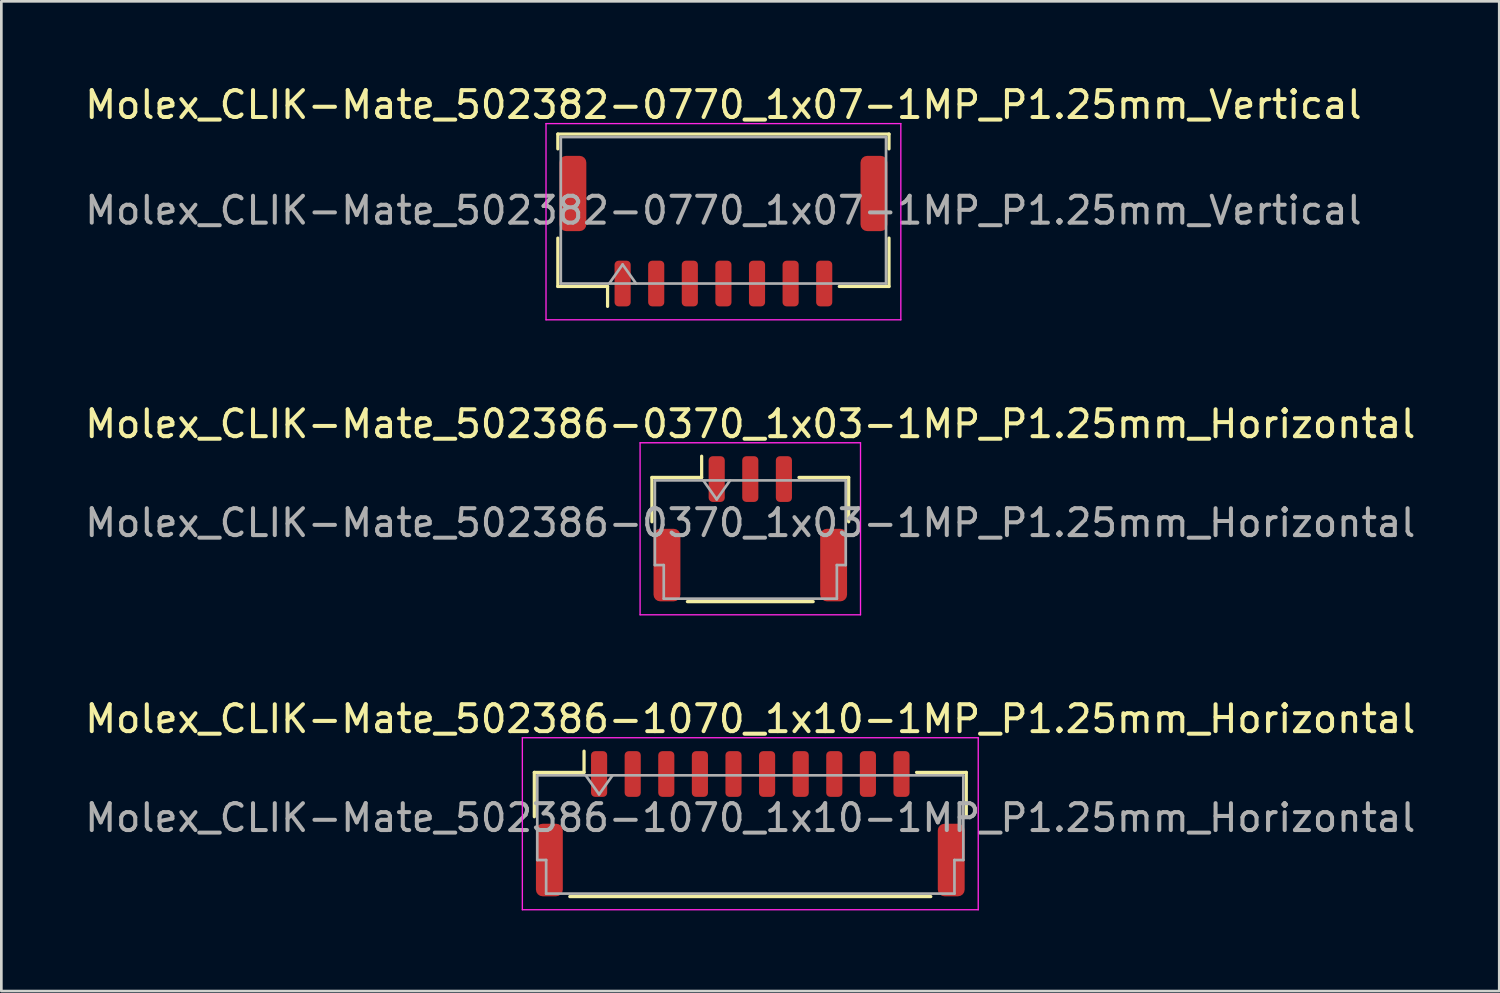
<source format=kicad_pcb>
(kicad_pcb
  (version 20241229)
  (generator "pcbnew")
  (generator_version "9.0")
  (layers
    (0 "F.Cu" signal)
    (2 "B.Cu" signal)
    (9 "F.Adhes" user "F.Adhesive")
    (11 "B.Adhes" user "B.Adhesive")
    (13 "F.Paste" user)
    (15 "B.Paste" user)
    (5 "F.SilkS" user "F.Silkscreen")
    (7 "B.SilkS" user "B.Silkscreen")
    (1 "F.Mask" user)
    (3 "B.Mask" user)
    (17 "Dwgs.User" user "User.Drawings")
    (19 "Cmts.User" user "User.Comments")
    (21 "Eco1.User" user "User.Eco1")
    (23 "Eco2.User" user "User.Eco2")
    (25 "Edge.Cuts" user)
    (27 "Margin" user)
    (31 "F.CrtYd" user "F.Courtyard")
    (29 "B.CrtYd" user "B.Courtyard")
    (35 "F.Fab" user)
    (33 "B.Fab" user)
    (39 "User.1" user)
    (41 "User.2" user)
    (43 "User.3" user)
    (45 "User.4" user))
  (footprint "Molex_CLIK-Mate_502382-0770_1x07-1MP_P1.25mm_Vertical"
    (layer "F.Cu")
    (at 23.863 5.548)
    (property "Reference" "Molex_CLIK-Mate_502382-0770_1x07-1MP_P1.25mm_Vertical" (at 0 -4.7 0) (layer "F.SilkS") (effects (font (size 1 1) (thickness 0.15))))
    (attr smd)
    (fp_line (start -6.16 -3.61) (end 6.16 -3.61) (stroke (width 0.12) (type solid)) (layer "F.SilkS"))
    (fp_line (start -6.16 -3.06) (end -6.16 -3.61) (stroke (width 0.12) (type solid)) (layer "F.SilkS"))
    (fp_line (start -6.16 0.26) (end -6.16 2.06) (stroke (width 0.12) (type solid)) (layer "F.SilkS"))
    (fp_line (start -6.16 2.06) (end -4.31 2.06) (stroke (width 0.12) (type solid)) (layer "F.SilkS"))
    (fp_line (start -4.31 2.06) (end -4.31 2.8) (stroke (width 0.12) (type solid)) (layer "F.SilkS"))
    (fp_line (start 6.16 -3.61) (end 6.16 -3.06) (stroke (width 0.12) (type solid)) (layer "F.SilkS"))
    (fp_line (start 6.16 0.26) (end 6.16 2.06) (stroke (width 0.12) (type solid)) (layer "F.SilkS"))
    (fp_line (start 6.16 2.06) (end 4.31 2.06) (stroke (width 0.12) (type solid)) (layer "F.SilkS"))
    (fp_line (start -6.6 -4) (end -6.6 3.3) (stroke (width 0.05) (type solid)) (layer "F.CrtYd"))
    (fp_line (start -6.6 3.3) (end 6.6 3.3) (stroke (width 0.05) (type solid)) (layer "F.CrtYd"))
    (fp_line (start 6.6 -4) (end -6.6 -4) (stroke (width 0.05) (type solid)) (layer "F.CrtYd"))
    (fp_line (start 6.6 3.3) (end 6.6 -4) (stroke (width 0.05) (type solid)) (layer "F.CrtYd"))
    (fp_line (start -6.05 -3.5) (end 6.05 -3.5) (stroke (width 0.1) (type solid)) (layer "F.Fab"))
    (fp_line (start -6.05 1.95) (end -6.05 -3.5) (stroke (width 0.1) (type solid)) (layer "F.Fab"))
    (fp_line (start -6.05 1.95) (end 6.05 1.95) (stroke (width 0.1) (type solid)) (layer "F.Fab"))
    (fp_line (start -4.25 1.95) (end -3.75 1.243) (stroke (width 0.1) (type solid)) (layer "F.Fab"))
    (fp_line (start -3.75 1.243) (end -3.25 1.95) (stroke (width 0.1) (type solid)) (layer "F.Fab"))
    (fp_line (start 6.05 1.95) (end 6.05 -3.5) (stroke (width 0.1) (type solid)) (layer "F.Fab"))
    (fp_text user "${REFERENCE}" (at 0 -0.77 0) (layer "F.Fab") (effects (font (size 1 1) (thickness 0.15))))
    (pad "1" smd roundrect (at -3.75 1.95) (size 0.6 1.7) (layers "F.Cu" "F.Mask" "F.Paste") (roundrect_rratio 0.25))
    (pad "2" smd roundrect (at -2.5 1.95) (size 0.6 1.7) (layers "F.Cu" "F.Mask" "F.Paste") (roundrect_rratio 0.25))
    (pad "3" smd roundrect (at -1.25 1.95) (size 0.6 1.7) (layers "F.Cu" "F.Mask" "F.Paste") (roundrect_rratio 0.25))
    (pad "4" smd roundrect (at 0 1.95) (size 0.6 1.7) (layers "F.Cu" "F.Mask" "F.Paste") (roundrect_rratio 0.25))
    (pad "5" smd roundrect (at 1.25 1.95) (size 0.6 1.7) (layers "F.Cu" "F.Mask" "F.Paste") (roundrect_rratio 0.25))
    (pad "6" smd roundrect (at 2.5 1.95) (size 0.6 1.7) (layers "F.Cu" "F.Mask" "F.Paste") (roundrect_rratio 0.25))
    (pad "7" smd roundrect (at 3.75 1.95) (size 0.6 1.7) (layers "F.Cu" "F.Mask" "F.Paste") (roundrect_rratio 0.25))
    (pad "MP" smd roundrect (at -5.6 -1.4) (size 1 2.8) (layers "F.Cu" "F.Mask" "F.Paste") (roundrect_rratio 0.25))
    (pad "MP" smd roundrect (at 5.6 -1.4) (size 1 2.8) (layers "F.Cu" "F.Mask" "F.Paste") (roundrect_rratio 0.25)))
  (footprint "Molex_CLIK-Mate_502386-1070_1x10-1MP_P1.25mm_Horizontal"
    (layer "F.Cu")
    (at 24.863 27.595)
    (property "Reference" "Molex_CLIK-Mate_502386-1070_1x10-1MP_P1.25mm_Horizontal" (at 0 -3.9 0) (layer "F.SilkS") (effects (font (size 1 1) (thickness 0.15))))
    (attr smd)
    (fp_line (start -8.035 -1.91) (end -6.185 -1.91) (stroke (width 0.12) (type solid)) (layer "F.SilkS"))
    (fp_line (start -8.035 -0.26) (end -8.035 -1.91) (stroke (width 0.12) (type solid)) (layer "F.SilkS"))
    (fp_line (start -6.715 2.71) (end 6.715 2.71) (stroke (width 0.12) (type solid)) (layer "F.SilkS"))
    (fp_line (start -6.185 -1.91) (end -6.185 -2.7) (stroke (width 0.12) (type solid)) (layer "F.SilkS"))
    (fp_line (start 8.035 -1.91) (end 6.185 -1.91) (stroke (width 0.12) (type solid)) (layer "F.SilkS"))
    (fp_line (start 8.035 -0.26) (end 8.035 -1.91) (stroke (width 0.12) (type solid)) (layer "F.SilkS"))
    (fp_line (start -8.48 -3.2) (end -8.48 3.2) (stroke (width 0.05) (type solid)) (layer "F.CrtYd"))
    (fp_line (start -8.48 3.2) (end 8.48 3.2) (stroke (width 0.05) (type solid)) (layer "F.CrtYd"))
    (fp_line (start 8.48 -3.2) (end -8.48 -3.2) (stroke (width 0.05) (type solid)) (layer "F.CrtYd"))
    (fp_line (start 8.48 3.2) (end 8.48 -3.2) (stroke (width 0.05) (type solid)) (layer "F.CrtYd"))
    (fp_line (start -7.925 -1.8) (end -7.925 1.35) (stroke (width 0.1) (type solid)) (layer "F.Fab"))
    (fp_line (start -7.925 -1.8) (end 7.925 -1.8) (stroke (width 0.1) (type solid)) (layer "F.Fab"))
    (fp_line (start -7.925 1.35) (end -7.595 1.35) (stroke (width 0.1) (type solid)) (layer "F.Fab"))
    (fp_line (start -7.595 1.35) (end -7.595 2.6) (stroke (width 0.1) (type solid)) (layer "F.Fab"))
    (fp_line (start -7.595 2.6) (end 7.595 2.6) (stroke (width 0.1) (type solid)) (layer "F.Fab"))
    (fp_line (start -6.125 -1.8) (end -5.625 -1.093) (stroke (width 0.1) (type solid)) (layer "F.Fab"))
    (fp_line (start -5.625 -1.093) (end -5.125 -1.8) (stroke (width 0.1) (type solid)) (layer "F.Fab"))
    (fp_line (start 7.595 1.35) (end 7.925 1.35) (stroke (width 0.1) (type solid)) (layer "F.Fab"))
    (fp_line (start 7.595 2.6) (end 7.595 1.35) (stroke (width 0.1) (type solid)) (layer "F.Fab"))
    (fp_line (start 7.925 -1.8) (end 7.925 1.35) (stroke (width 0.1) (type solid)) (layer "F.Fab"))
    (fp_text user "${REFERENCE}" (at 0 -0.22 0) (layer "F.Fab") (effects (font (size 1 1) (thickness 0.15))))
    (pad "1" smd roundrect (at -5.625 -1.85) (size 0.6 1.7) (layers "F.Cu" "F.Mask" "F.Paste") (roundrect_rratio 0.25))
    (pad "2" smd roundrect (at -4.375 -1.85) (size 0.6 1.7) (layers "F.Cu" "F.Mask" "F.Paste") (roundrect_rratio 0.25))
    (pad "3" smd roundrect (at -3.125 -1.85) (size 0.6 1.7) (layers "F.Cu" "F.Mask" "F.Paste") (roundrect_rratio 0.25))
    (pad "4" smd roundrect (at -1.875 -1.85) (size 0.6 1.7) (layers "F.Cu" "F.Mask" "F.Paste") (roundrect_rratio 0.25))
    (pad "5" smd roundrect (at -0.625 -1.85) (size 0.6 1.7) (layers "F.Cu" "F.Mask" "F.Paste") (roundrect_rratio 0.25))
    (pad "6" smd roundrect (at 0.625 -1.85) (size 0.6 1.7) (layers "F.Cu" "F.Mask" "F.Paste") (roundrect_rratio 0.25))
    (pad "7" smd roundrect (at 1.875 -1.85) (size 0.6 1.7) (layers "F.Cu" "F.Mask" "F.Paste") (roundrect_rratio 0.25))
    (pad "8" smd roundrect (at 3.125 -1.85) (size 0.6 1.7) (layers "F.Cu" "F.Mask" "F.Paste") (roundrect_rratio 0.25))
    (pad "9" smd roundrect (at 4.375 -1.85) (size 0.6 1.7) (layers "F.Cu" "F.Mask" "F.Paste") (roundrect_rratio 0.25))
    (pad "10" smd roundrect (at 5.625 -1.85) (size 0.6 1.7) (layers "F.Cu" "F.Mask" "F.Paste") (roundrect_rratio 0.25))
    (pad "MP" smd roundrect (at -7.475 1.35) (size 1 2.7) (layers "F.Cu" "F.Mask" "F.Paste") (roundrect_rratio 0.25))
    (pad "MP" smd roundrect (at 7.475 1.35) (size 1 2.7) (layers "F.Cu" "F.Mask" "F.Paste") (roundrect_rratio 0.25)))
  (footprint "Molex_CLIK-Mate_502386-0370_1x03-1MP_P1.25mm_Horizontal"
    (layer "F.Cu")
    (at 24.863 16.622)
    (property "Reference" "Molex_CLIK-Mate_502386-0370_1x03-1MP_P1.25mm_Horizontal" (at 0 -3.9 0) (layer "F.SilkS") (effects (font (size 1 1) (thickness 0.15))))
    (attr smd)
    (fp_line (start -3.66 -1.91) (end -1.81 -1.91) (stroke (width 0.12) (type solid)) (layer "F.SilkS"))
    (fp_line (start -3.66 -0.26) (end -3.66 -1.91) (stroke (width 0.12) (type solid)) (layer "F.SilkS"))
    (fp_line (start -2.34 2.71) (end 2.34 2.71) (stroke (width 0.12) (type solid)) (layer "F.SilkS"))
    (fp_line (start -1.81 -1.91) (end -1.81 -2.7) (stroke (width 0.12) (type solid)) (layer "F.SilkS"))
    (fp_line (start 3.66 -1.91) (end 1.81 -1.91) (stroke (width 0.12) (type solid)) (layer "F.SilkS"))
    (fp_line (start 3.66 -0.26) (end 3.66 -1.91) (stroke (width 0.12) (type solid)) (layer "F.SilkS"))
    (fp_line (start -4.1 -3.2) (end -4.1 3.2) (stroke (width 0.05) (type solid)) (layer "F.CrtYd"))
    (fp_line (start -4.1 3.2) (end 4.1 3.2) (stroke (width 0.05) (type solid)) (layer "F.CrtYd"))
    (fp_line (start 4.1 -3.2) (end -4.1 -3.2) (stroke (width 0.05) (type solid)) (layer "F.CrtYd"))
    (fp_line (start 4.1 3.2) (end 4.1 -3.2) (stroke (width 0.05) (type solid)) (layer "F.CrtYd"))
    (fp_line (start -3.55 -1.8) (end -3.55 1.35) (stroke (width 0.1) (type solid)) (layer "F.Fab"))
    (fp_line (start -3.55 -1.8) (end 3.55 -1.8) (stroke (width 0.1) (type solid)) (layer "F.Fab"))
    (fp_line (start -3.55 1.35) (end -3.22 1.35) (stroke (width 0.1) (type solid)) (layer "F.Fab"))
    (fp_line (start -3.22 1.35) (end -3.22 2.6) (stroke (width 0.1) (type solid)) (layer "F.Fab"))
    (fp_line (start -3.22 2.6) (end 3.22 2.6) (stroke (width 0.1) (type solid)) (layer "F.Fab"))
    (fp_line (start -1.75 -1.8) (end -1.25 -1.093) (stroke (width 0.1) (type solid)) (layer "F.Fab"))
    (fp_line (start -1.25 -1.093) (end -0.75 -1.8) (stroke (width 0.1) (type solid)) (layer "F.Fab"))
    (fp_line (start 3.22 1.35) (end 3.55 1.35) (stroke (width 0.1) (type solid)) (layer "F.Fab"))
    (fp_line (start 3.22 2.6) (end 3.22 1.35) (stroke (width 0.1) (type solid)) (layer "F.Fab"))
    (fp_line (start 3.55 -1.8) (end 3.55 1.35) (stroke (width 0.1) (type solid)) (layer "F.Fab"))
    (fp_text user "${REFERENCE}" (at 0 -0.22 0) (layer "F.Fab") (effects (font (size 1 1) (thickness 0.15))))
    (pad "1" smd roundrect (at -1.25 -1.85) (size 0.6 1.7) (layers "F.Cu" "F.Mask" "F.Paste") (roundrect_rratio 0.25))
    (pad "2" smd roundrect (at 0 -1.85) (size 0.6 1.7) (layers "F.Cu" "F.Mask" "F.Paste") (roundrect_rratio 0.25))
    (pad "3" smd roundrect (at 1.25 -1.85) (size 0.6 1.7) (layers "F.Cu" "F.Mask" "F.Paste") (roundrect_rratio 0.25))
    (pad "MP" smd roundrect (at -3.1 1.35) (size 1 2.7) (layers "F.Cu" "F.Mask" "F.Paste") (roundrect_rratio 0.25))
    (pad "MP" smd roundrect (at 3.1 1.35) (size 1 2.7) (layers "F.Cu" "F.Mask" "F.Paste") (roundrect_rratio 0.25)))
  (gr_rect
    (start -3 -3)
    (end 52.726 33.82)
    (stroke (width 0.1) (type default))
    (fill no)
    (layer "Edge.Cuts")))
</source>
